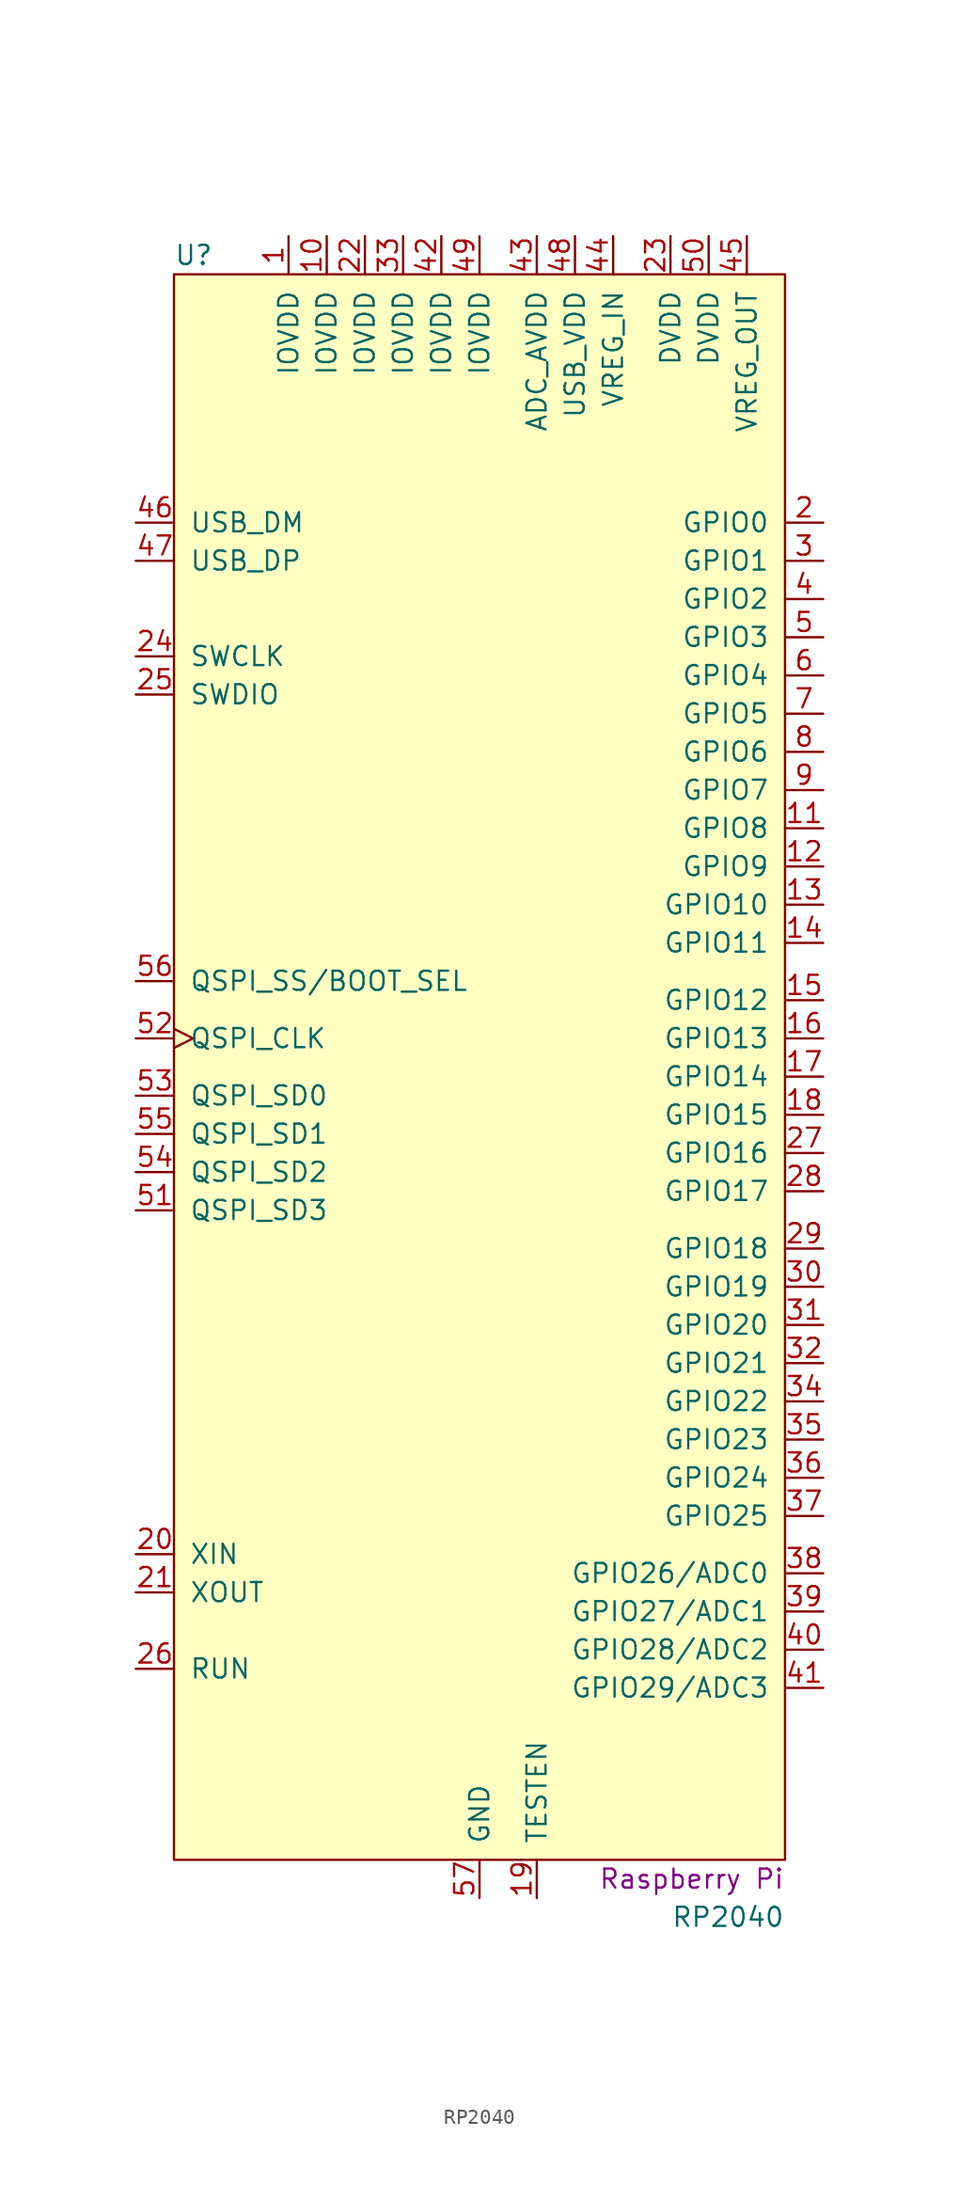
<source format=kicad_sym>
(kicad_symbol_lib
  (version 20231120)
  (generator "kicad_symbol_editor")
  (generator_version "8.0")
  (symbol "RP2040"
    (pin_names
      (offset 1.016))
    (property "Reference" "U"
      (at -20.32 55.88 0)
      (effects (font (size 1.27 1.27)) (justify left)))
    (property "Value" "RP2040"
      (at 20.32 -54.61 0)
      (effects (font (size 1.27 1.27)) (justify right)))
    (property "Manufacturer" "Raspberry Pi"
      (at 20.32 -52.07 0)
      (effects (font (size 1.27 1.27)) (justify right)))
    (symbol "RP2040_0_0"
      (pin power_in line (at -12.7 57.15 270) (length 2.54) (name "IOVDD" (effects (font (size 1.27 1.27)))) (number "1" (effects (font (size 1.27 1.27)))))
      (pin power_in line (at -10.16 57.15 270) (length 2.54) (name "IOVDD" (effects (font (size 1.27 1.27)))) (number "10" (effects (font (size 1.27 1.27)))))
      (pin bidirectional line (at 22.86 17.78 180) (length 2.54) (name "GPIO8" (effects (font (size 1.27 1.27)))) (number "11" (effects (font (size 1.27 1.27)))))
      (pin bidirectional line (at 22.86 15.24 180) (length 2.54) (name "GPIO9" (effects (font (size 1.27 1.27)))) (number "12" (effects (font (size 1.27 1.27)))))
      (pin bidirectional line (at 22.86 12.7 180) (length 2.54) (name "GPIO10" (effects (font (size 1.27 1.27)))) (number "13" (effects (font (size 1.27 1.27)))))
      (pin bidirectional line (at 22.86 10.16 180) (length 2.54) (name "GPIO11" (effects (font (size 1.27 1.27)))) (number "14" (effects (font (size 1.27 1.27)))))
      (pin bidirectional line (at 22.86 6.35 180) (length 2.54) (name "GPIO12" (effects (font (size 1.27 1.27)))) (number "15" (effects (font (size 1.27 1.27)))))
      (pin bidirectional line (at 22.86 3.81 180) (length 2.54) (name "GPIO13" (effects (font (size 1.27 1.27)))) (number "16" (effects (font (size 1.27 1.27)))))
      (pin bidirectional line (at 22.86 1.27 180) (length 2.54) (name "GPIO14" (effects (font (size 1.27 1.27)))) (number "17" (effects (font (size 1.27 1.27)))))
      (pin bidirectional line (at 22.86 -1.27 180) (length 2.54) (name "GPIO15" (effects (font (size 1.27 1.27)))) (number "18" (effects (font (size 1.27 1.27)))))
      (pin unspecified line (at 3.81 -53.34 90) (length 2.54) (name "TESTEN" (effects (font (size 1.27 1.27)))) (number "19" (effects (font (size 1.27 1.27)))))
      (pin bidirectional line (at 22.86 38.1 180) (length 2.54) (name "GPIO0" (effects (font (size 1.27 1.27)))) (number "2" (effects (font (size 1.27 1.27)))))
      (pin input line (at -22.86 -30.48 0) (length 2.54) (name "XIN" (effects (font (size 1.27 1.27)))) (number "20" (effects (font (size 1.27 1.27)))))
      (pin output line (at -22.86 -33.02 0) (length 2.54) (name "XOUT" (effects (font (size 1.27 1.27)))) (number "21" (effects (font (size 1.27 1.27)))))
      (pin power_in line (at -7.62 57.15 270) (length 2.54) (name "IOVDD" (effects (font (size 1.27 1.27)))) (number "22" (effects (font (size 1.27 1.27)))))
      (pin power_in line (at 12.7 57.15 270) (length 2.54) (name "DVDD" (effects (font (size 1.27 1.27)))) (number "23" (effects (font (size 1.27 1.27)))))
      (pin bidirectional line (at -22.86 29.21 0) (length 2.54) (name "SWCLK" (effects (font (size 1.27 1.27)))) (number "24" (effects (font (size 1.27 1.27)))))
      (pin bidirectional line (at -22.86 26.67 0) (length 2.54) (name "SWDIO" (effects (font (size 1.27 1.27)))) (number "25" (effects (font (size 1.27 1.27)))))
      (pin passive line (at -22.86 -38.1 0) (length 2.54) (name "RUN" (effects (font (size 1.27 1.27)))) (number "26" (effects (font (size 1.27 1.27)))))
      (pin bidirectional line (at 22.86 -3.81 180) (length 2.54) (name "GPIO16" (effects (font (size 1.27 1.27)))) (number "27" (effects (font (size 1.27 1.27)))))
      (pin bidirectional line (at 22.86 -6.35 180) (length 2.54) (name "GPIO17" (effects (font (size 1.27 1.27)))) (number "28" (effects (font (size 1.27 1.27)))))
      (pin bidirectional line (at 22.86 -10.16 180) (length 2.54) (name "GPIO18" (effects (font (size 1.27 1.27)))) (number "29" (effects (font (size 1.27 1.27)))))
      (pin bidirectional line (at 22.86 35.56 180) (length 2.54) (name "GPIO1" (effects (font (size 1.27 1.27)))) (number "3" (effects (font (size 1.27 1.27)))))
      (pin bidirectional line (at 22.86 -12.7 180) (length 2.54) (name "GPIO19" (effects (font (size 1.27 1.27)))) (number "30" (effects (font (size 1.27 1.27)))))
      (pin bidirectional line (at 22.86 -15.24 180) (length 2.54) (name "GPIO20" (effects (font (size 1.27 1.27)))) (number "31" (effects (font (size 1.27 1.27)))))
      (pin bidirectional line (at 22.86 -17.78 180) (length 2.54) (name "GPIO21" (effects (font (size 1.27 1.27)))) (number "32" (effects (font (size 1.27 1.27)))))
      (pin power_in line (at -5.08 57.15 270) (length 2.54) (name "IOVDD" (effects (font (size 1.27 1.27)))) (number "33" (effects (font (size 1.27 1.27)))))
      (pin bidirectional line (at 22.86 -20.32 180) (length 2.54) (name "GPIO22" (effects (font (size 1.27 1.27)))) (number "34" (effects (font (size 1.27 1.27)))))
      (pin bidirectional line (at 22.86 -22.86 180) (length 2.54) (name "GPIO23" (effects (font (size 1.27 1.27)))) (number "35" (effects (font (size 1.27 1.27)))))
      (pin bidirectional line (at 22.86 -25.4 180) (length 2.54) (name "GPIO24" (effects (font (size 1.27 1.27)))) (number "36" (effects (font (size 1.27 1.27)))))
      (pin bidirectional line (at 22.86 -27.94 180) (length 2.54) (name "GPIO25" (effects (font (size 1.27 1.27)))) (number "37" (effects (font (size 1.27 1.27)))))
      (pin bidirectional line (at 22.86 -31.75 180) (length 2.54) (name "GPIO26/ADC0" (effects (font (size 1.27 1.27)))) (number "38" (effects (font (size 1.27 1.27)))) (alternate "ADC0" bidirectional line))
      (pin bidirectional line (at 22.86 -34.29 180) (length 2.54) (name "GPIO27/ADC1" (effects (font (size 1.27 1.27)))) (number "39" (effects (font (size 1.27 1.27)))))
      (pin bidirectional line (at 22.86 33.02 180) (length 2.54) (name "GPIO2" (effects (font (size 1.27 1.27)))) (number "4" (effects (font (size 1.27 1.27)))))
      (pin bidirectional line (at 22.86 -36.83 180) (length 2.54) (name "GPIO28/ADC2" (effects (font (size 1.27 1.27)))) (number "40" (effects (font (size 1.27 1.27)))))
      (pin bidirectional line (at 22.86 -39.37 180) (length 2.54) (name "GPIO29/ADC3" (effects (font (size 1.27 1.27)))) (number "41" (effects (font (size 1.27 1.27)))))
      (pin power_in line (at -2.54 57.15 270) (length 2.54) (name "IOVDD" (effects (font (size 1.27 1.27)))) (number "42" (effects (font (size 1.27 1.27)))))
      (pin power_in line (at 3.81 57.15 270) (length 2.54) (name "ADC_AVDD" (effects (font (size 1.27 1.27)))) (number "43" (effects (font (size 1.27 1.27)))))
      (pin power_in line (at 8.89 57.15 270) (length 2.54) (name "VREG_IN" (effects (font (size 1.27 1.27)))) (number "44" (effects (font (size 1.27 1.27)))))
      (pin power_out line (at 17.78 57.15 270) (length 2.54) (name "VREG_OUT" (effects (font (size 1.27 1.27)))) (number "45" (effects (font (size 1.27 1.27)))))
      (pin bidirectional line (at -22.86 38.1 0) (length 2.54) (name "USB_DM" (effects (font (size 1.27 1.27)))) (number "46" (effects (font (size 1.27 1.27)))))
      (pin bidirectional line (at -22.86 35.56 0) (length 2.54) (name "USB_DP" (effects (font (size 1.27 1.27)))) (number "47" (effects (font (size 1.27 1.27)))))
      (pin power_in line (at 6.35 57.15 270) (length 2.54) (name "USB_VDD" (effects (font (size 1.27 1.27)))) (number "48" (effects (font (size 1.27 1.27)))))
      (pin power_in line (at 0 57.15 270) (length 2.54) (name "IOVDD" (effects (font (size 1.27 1.27)))) (number "49" (effects (font (size 1.27 1.27)))))
      (pin bidirectional line (at 22.86 30.48 180) (length 2.54) (name "GPIO3" (effects (font (size 1.27 1.27)))) (number "5" (effects (font (size 1.27 1.27)))))
      (pin power_in line (at 15.24 57.15 270) (length 2.54) (name "DVDD" (effects (font (size 1.27 1.27)))) (number "50" (effects (font (size 1.27 1.27)))))
      (pin input line (at -22.86 -7.62 0) (length 2.54) (name "QSPI_SD3" (effects (font (size 1.27 1.27)))) (number "51" (effects (font (size 1.27 1.27)))))
      (pin output clock (at -22.86 3.81 0) (length 2.54) (name "QSPI_CLK" (effects (font (size 1.27 1.27)))) (number "52" (effects (font (size 1.27 1.27)))))
      (pin input line (at -22.86 0 0) (length 2.54) (name "QSPI_SD0" (effects (font (size 1.27 1.27)))) (number "53" (effects (font (size 1.27 1.27)))))
      (pin input line (at -22.86 -5.08 0) (length 2.54) (name "QSPI_SD2" (effects (font (size 1.27 1.27)))) (number "54" (effects (font (size 1.27 1.27)))))
      (pin input line (at -22.86 -2.54 0) (length 2.54) (name "QSPI_SD1" (effects (font (size 1.27 1.27)))) (number "55" (effects (font (size 1.27 1.27)))))
      (pin output line (at -22.86 7.62 0) (length 2.54) (name "QSPI_SS/BOOT_SEL" (effects (font (size 1.27 1.27)))) (number "56" (effects (font (size 1.27 1.27)))))
      (pin power_in line (at 0 -53.34 90) (length 2.54) (name "GND" (effects (font (size 1.27 1.27)))) (number "57" (effects (font (size 1.27 1.27)))))
      (pin bidirectional line (at 22.86 27.94 180) (length 2.54) (name "GPIO4" (effects (font (size 1.27 1.27)))) (number "6" (effects (font (size 1.27 1.27)))))
      (pin bidirectional line (at 22.86 25.4 180) (length 2.54) (name "GPIO5" (effects (font (size 1.27 1.27)))) (number "7" (effects (font (size 1.27 1.27)))))
      (pin bidirectional line (at 22.86 22.86 180) (length 2.54) (name "GPIO6" (effects (font (size 1.27 1.27)))) (number "8" (effects (font (size 1.27 1.27)))))
      (pin bidirectional line (at 22.86 20.32 180) (length 2.54) (name "GPIO7" (effects (font (size 1.27 1.27)))) (number "9" (effects (font (size 1.27 1.27))))))
    (symbol "RP2040_0_1"
      (rectangle (start -20.32 54.61) (end 20.32 -50.8) (stroke (width 0) (type default)) (fill (type background))))))
</source>
